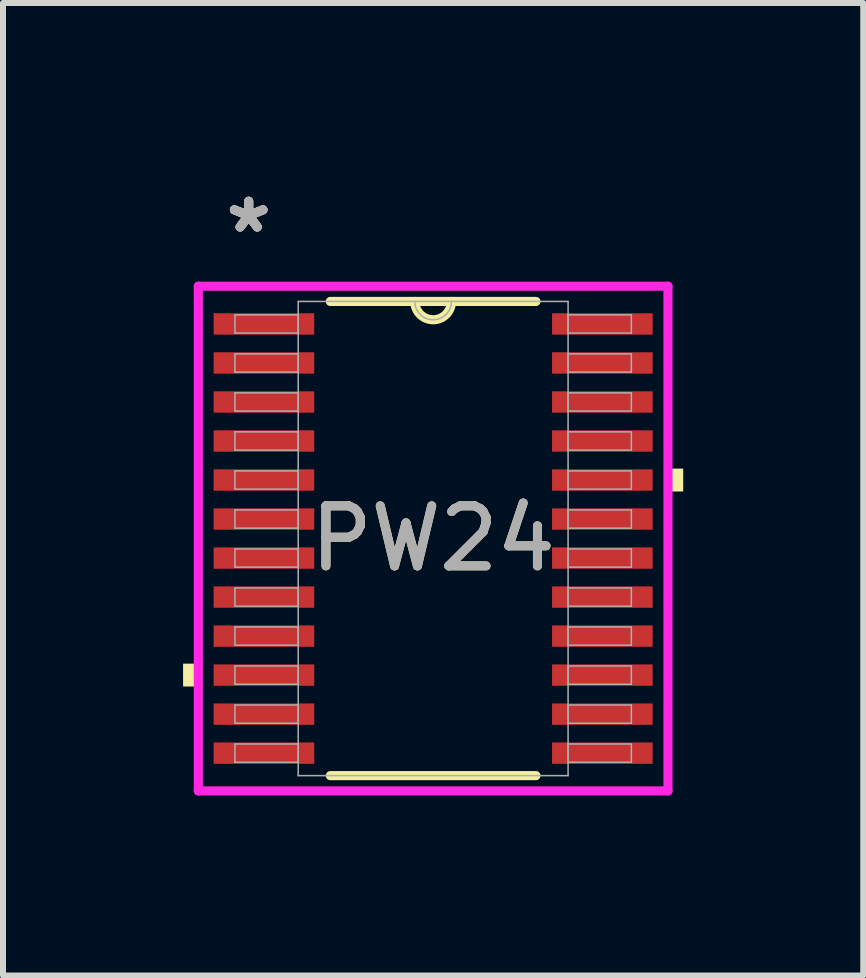
<source format=kicad_pcb>
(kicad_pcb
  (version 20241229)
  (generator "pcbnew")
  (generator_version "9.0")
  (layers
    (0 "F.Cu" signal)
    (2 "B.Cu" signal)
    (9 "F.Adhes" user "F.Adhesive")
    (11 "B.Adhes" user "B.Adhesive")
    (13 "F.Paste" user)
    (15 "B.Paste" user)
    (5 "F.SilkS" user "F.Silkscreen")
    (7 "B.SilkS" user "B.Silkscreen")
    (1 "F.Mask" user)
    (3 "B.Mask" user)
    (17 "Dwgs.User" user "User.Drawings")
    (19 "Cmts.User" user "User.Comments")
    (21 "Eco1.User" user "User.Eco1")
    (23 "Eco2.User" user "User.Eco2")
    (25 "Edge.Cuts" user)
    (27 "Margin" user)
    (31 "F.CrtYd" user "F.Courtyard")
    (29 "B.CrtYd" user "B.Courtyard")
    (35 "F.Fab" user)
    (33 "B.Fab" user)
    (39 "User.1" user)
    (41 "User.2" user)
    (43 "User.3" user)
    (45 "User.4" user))
  (footprint "PW24"
    (layer "F.Cu")
    (at 4.166 5.922)
    (property "Reference" "PW24" (at 0 0 0) (unlocked yes) (layer "F.SilkS") (effects (font (size 1 1) (thickness 0.15))))
    (attr smd)
    (fp_line (start -1.713 3.95) (end 1.713 3.95) (stroke (width 0.152) (type solid)) (layer "F.SilkS"))
    (fp_line (start 1.713 -3.95) (end -1.713 -3.95) (stroke (width 0.152) (type solid)) (layer "F.SilkS"))
    (fp_arc (start 0.3048 -3.9497) (mid 0 -3.6449) (end -0.3048 -3.9497) (stroke (width 0.1524) (type solid)) (layer "F.SilkS"))
    (fp_poly (pts (xy -4.166 2.084) (xy -4.166 2.465) (xy -3.912 2.465) (xy -3.912 2.084)) (stroke (width 0) (type solid)) (fill yes) (layer "F.SilkS"))
    (fp_poly (pts (xy 4.166 -1.165) (xy 4.166 -0.784) (xy 3.912 -0.784) (xy 3.912 -1.165)) (stroke (width 0) (type solid)) (fill yes) (layer "F.SilkS"))
    (fp_line (start -3.912 -4.204) (end 3.912 -4.204) (stroke (width 0.152) (type solid)) (layer "F.CrtYd"))
    (fp_line (start -3.912 4.204) (end -3.912 -4.204) (stroke (width 0.152) (type solid)) (layer "F.CrtYd"))
    (fp_line (start 3.912 -4.204) (end 3.912 4.204) (stroke (width 0.152) (type solid)) (layer "F.CrtYd"))
    (fp_line (start 3.912 4.204) (end -3.912 4.204) (stroke (width 0.152) (type solid)) (layer "F.CrtYd"))
    (fp_line (start -3.302 -3.727) (end -3.302 -3.423) (stroke (width 0.025) (type solid)) (layer "F.Fab"))
    (fp_line (start -3.302 -3.423) (end -2.248 -3.423) (stroke (width 0.025) (type solid)) (layer "F.Fab"))
    (fp_line (start -3.302 -3.077) (end -3.302 -2.773) (stroke (width 0.025) (type solid)) (layer "F.Fab"))
    (fp_line (start -3.302 -2.773) (end -2.248 -2.773) (stroke (width 0.025) (type solid)) (layer "F.Fab"))
    (fp_line (start -3.302 -2.427) (end -3.302 -2.123) (stroke (width 0.025) (type solid)) (layer "F.Fab"))
    (fp_line (start -3.302 -2.123) (end -2.248 -2.123) (stroke (width 0.025) (type solid)) (layer "F.Fab"))
    (fp_line (start -3.302 -1.777) (end -3.302 -1.473) (stroke (width 0.025) (type solid)) (layer "F.Fab"))
    (fp_line (start -3.302 -1.473) (end -2.248 -1.473) (stroke (width 0.025) (type solid)) (layer "F.Fab"))
    (fp_line (start -3.302 -1.127) (end -3.302 -0.823) (stroke (width 0.025) (type solid)) (layer "F.Fab"))
    (fp_line (start -3.302 -0.823) (end -2.248 -0.823) (stroke (width 0.025) (type solid)) (layer "F.Fab"))
    (fp_line (start -3.302 -0.477) (end -3.302 -0.173) (stroke (width 0.025) (type solid)) (layer "F.Fab"))
    (fp_line (start -3.302 -0.173) (end -2.248 -0.173) (stroke (width 0.025) (type solid)) (layer "F.Fab"))
    (fp_line (start -3.302 0.173) (end -3.302 0.477) (stroke (width 0.025) (type solid)) (layer "F.Fab"))
    (fp_line (start -3.302 0.477) (end -2.248 0.477) (stroke (width 0.025) (type solid)) (layer "F.Fab"))
    (fp_line (start -3.302 0.823) (end -3.302 1.127) (stroke (width 0.025) (type solid)) (layer "F.Fab"))
    (fp_line (start -3.302 1.127) (end -2.248 1.127) (stroke (width 0.025) (type solid)) (layer "F.Fab"))
    (fp_line (start -3.302 1.473) (end -3.302 1.777) (stroke (width 0.025) (type solid)) (layer "F.Fab"))
    (fp_line (start -3.302 1.777) (end -2.248 1.777) (stroke (width 0.025) (type solid)) (layer "F.Fab"))
    (fp_line (start -3.302 2.123) (end -3.302 2.427) (stroke (width 0.025) (type solid)) (layer "F.Fab"))
    (fp_line (start -3.302 2.427) (end -2.248 2.427) (stroke (width 0.025) (type solid)) (layer "F.Fab"))
    (fp_line (start -3.302 2.773) (end -3.302 3.077) (stroke (width 0.025) (type solid)) (layer "F.Fab"))
    (fp_line (start -3.302 3.077) (end -2.248 3.077) (stroke (width 0.025) (type solid)) (layer "F.Fab"))
    (fp_line (start -3.302 3.423) (end -3.302 3.727) (stroke (width 0.025) (type solid)) (layer "F.Fab"))
    (fp_line (start -3.302 3.727) (end -2.248 3.727) (stroke (width 0.025) (type solid)) (layer "F.Fab"))
    (fp_line (start -2.248 -3.95) (end -2.248 3.95) (stroke (width 0.025) (type solid)) (layer "F.Fab"))
    (fp_line (start -2.248 -3.727) (end -3.302 -3.727) (stroke (width 0.025) (type solid)) (layer "F.Fab"))
    (fp_line (start -2.248 -3.423) (end -2.248 -3.727) (stroke (width 0.025) (type solid)) (layer "F.Fab"))
    (fp_line (start -2.248 -3.077) (end -3.302 -3.077) (stroke (width 0.025) (type solid)) (layer "F.Fab"))
    (fp_line (start -2.248 -2.773) (end -2.248 -3.077) (stroke (width 0.025) (type solid)) (layer "F.Fab"))
    (fp_line (start -2.248 -2.427) (end -3.302 -2.427) (stroke (width 0.025) (type solid)) (layer "F.Fab"))
    (fp_line (start -2.248 -2.123) (end -2.248 -2.427) (stroke (width 0.025) (type solid)) (layer "F.Fab"))
    (fp_line (start -2.248 -1.777) (end -3.302 -1.777) (stroke (width 0.025) (type solid)) (layer "F.Fab"))
    (fp_line (start -2.248 -1.473) (end -2.248 -1.777) (stroke (width 0.025) (type solid)) (layer "F.Fab"))
    (fp_line (start -2.248 -1.127) (end -3.302 -1.127) (stroke (width 0.025) (type solid)) (layer "F.Fab"))
    (fp_line (start -2.248 -0.823) (end -2.248 -1.127) (stroke (width 0.025) (type solid)) (layer "F.Fab"))
    (fp_line (start -2.248 -0.477) (end -3.302 -0.477) (stroke (width 0.025) (type solid)) (layer "F.Fab"))
    (fp_line (start -2.248 -0.173) (end -2.248 -0.477) (stroke (width 0.025) (type solid)) (layer "F.Fab"))
    (fp_line (start -2.248 0.173) (end -3.302 0.173) (stroke (width 0.025) (type solid)) (layer "F.Fab"))
    (fp_line (start -2.248 0.477) (end -2.248 0.173) (stroke (width 0.025) (type solid)) (layer "F.Fab"))
    (fp_line (start -2.248 0.823) (end -3.302 0.823) (stroke (width 0.025) (type solid)) (layer "F.Fab"))
    (fp_line (start -2.248 1.127) (end -2.248 0.823) (stroke (width 0.025) (type solid)) (layer "F.Fab"))
    (fp_line (start -2.248 1.473) (end -3.302 1.473) (stroke (width 0.025) (type solid)) (layer "F.Fab"))
    (fp_line (start -2.248 1.777) (end -2.248 1.473) (stroke (width 0.025) (type solid)) (layer "F.Fab"))
    (fp_line (start -2.248 2.123) (end -3.302 2.123) (stroke (width 0.025) (type solid)) (layer "F.Fab"))
    (fp_line (start -2.248 2.427) (end -2.248 2.123) (stroke (width 0.025) (type solid)) (layer "F.Fab"))
    (fp_line (start -2.248 2.773) (end -3.302 2.773) (stroke (width 0.025) (type solid)) (layer "F.Fab"))
    (fp_line (start -2.248 3.077) (end -2.248 2.773) (stroke (width 0.025) (type solid)) (layer "F.Fab"))
    (fp_line (start -2.248 3.423) (end -3.302 3.423) (stroke (width 0.025) (type solid)) (layer "F.Fab"))
    (fp_line (start -2.248 3.727) (end -2.248 3.423) (stroke (width 0.025) (type solid)) (layer "F.Fab"))
    (fp_line (start -2.248 3.95) (end 2.248 3.95) (stroke (width 0.025) (type solid)) (layer "F.Fab"))
    (fp_line (start 2.248 -3.95) (end -2.248 -3.95) (stroke (width 0.025) (type solid)) (layer "F.Fab"))
    (fp_line (start 2.248 -3.727) (end 2.248 -3.423) (stroke (width 0.025) (type solid)) (layer "F.Fab"))
    (fp_line (start 2.248 -3.423) (end 3.302 -3.423) (stroke (width 0.025) (type solid)) (layer "F.Fab"))
    (fp_line (start 2.248 -3.077) (end 2.248 -2.773) (stroke (width 0.025) (type solid)) (layer "F.Fab"))
    (fp_line (start 2.248 -2.773) (end 3.302 -2.773) (stroke (width 0.025) (type solid)) (layer "F.Fab"))
    (fp_line (start 2.248 -2.427) (end 2.248 -2.123) (stroke (width 0.025) (type solid)) (layer "F.Fab"))
    (fp_line (start 2.248 -2.123) (end 3.302 -2.123) (stroke (width 0.025) (type solid)) (layer "F.Fab"))
    (fp_line (start 2.248 -1.777) (end 2.248 -1.473) (stroke (width 0.025) (type solid)) (layer "F.Fab"))
    (fp_line (start 2.248 -1.473) (end 3.302 -1.473) (stroke (width 0.025) (type solid)) (layer "F.Fab"))
    (fp_line (start 2.248 -1.127) (end 2.248 -0.823) (stroke (width 0.025) (type solid)) (layer "F.Fab"))
    (fp_line (start 2.248 -0.823) (end 3.302 -0.823) (stroke (width 0.025) (type solid)) (layer "F.Fab"))
    (fp_line (start 2.248 -0.477) (end 2.248 -0.173) (stroke (width 0.025) (type solid)) (layer "F.Fab"))
    (fp_line (start 2.248 -0.173) (end 3.302 -0.173) (stroke (width 0.025) (type solid)) (layer "F.Fab"))
    (fp_line (start 2.248 0.173) (end 2.248 0.477) (stroke (width 0.025) (type solid)) (layer "F.Fab"))
    (fp_line (start 2.248 0.477) (end 3.302 0.477) (stroke (width 0.025) (type solid)) (layer "F.Fab"))
    (fp_line (start 2.248 0.823) (end 2.248 1.127) (stroke (width 0.025) (type solid)) (layer "F.Fab"))
    (fp_line (start 2.248 1.127) (end 3.302 1.127) (stroke (width 0.025) (type solid)) (layer "F.Fab"))
    (fp_line (start 2.248 1.473) (end 2.248 1.777) (stroke (width 0.025) (type solid)) (layer "F.Fab"))
    (fp_line (start 2.248 1.777) (end 3.302 1.777) (stroke (width 0.025) (type solid)) (layer "F.Fab"))
    (fp_line (start 2.248 2.123) (end 2.248 2.427) (stroke (width 0.025) (type solid)) (layer "F.Fab"))
    (fp_line (start 2.248 2.427) (end 3.302 2.427) (stroke (width 0.025) (type solid)) (layer "F.Fab"))
    (fp_line (start 2.248 2.773) (end 2.248 3.077) (stroke (width 0.025) (type solid)) (layer "F.Fab"))
    (fp_line (start 2.248 3.077) (end 3.302 3.077) (stroke (width 0.025) (type solid)) (layer "F.Fab"))
    (fp_line (start 2.248 3.423) (end 2.248 3.727) (stroke (width 0.025) (type solid)) (layer "F.Fab"))
    (fp_line (start 2.248 3.727) (end 3.302 3.727) (stroke (width 0.025) (type solid)) (layer "F.Fab"))
    (fp_line (start 2.248 3.95) (end 2.248 -3.95) (stroke (width 0.025) (type solid)) (layer "F.Fab"))
    (fp_line (start 3.302 -3.727) (end 2.248 -3.727) (stroke (width 0.025) (type solid)) (layer "F.Fab"))
    (fp_line (start 3.302 -3.423) (end 3.302 -3.727) (stroke (width 0.025) (type solid)) (layer "F.Fab"))
    (fp_line (start 3.302 -3.077) (end 2.248 -3.077) (stroke (width 0.025) (type solid)) (layer "F.Fab"))
    (fp_line (start 3.302 -2.773) (end 3.302 -3.077) (stroke (width 0.025) (type solid)) (layer "F.Fab"))
    (fp_line (start 3.302 -2.427) (end 2.248 -2.427) (stroke (width 0.025) (type solid)) (layer "F.Fab"))
    (fp_line (start 3.302 -2.123) (end 3.302 -2.427) (stroke (width 0.025) (type solid)) (layer "F.Fab"))
    (fp_line (start 3.302 -1.777) (end 2.248 -1.777) (stroke (width 0.025) (type solid)) (layer "F.Fab"))
    (fp_line (start 3.302 -1.473) (end 3.302 -1.777) (stroke (width 0.025) (type solid)) (layer "F.Fab"))
    (fp_line (start 3.302 -1.127) (end 2.248 -1.127) (stroke (width 0.025) (type solid)) (layer "F.Fab"))
    (fp_line (start 3.302 -0.823) (end 3.302 -1.127) (stroke (width 0.025) (type solid)) (layer "F.Fab"))
    (fp_line (start 3.302 -0.477) (end 2.248 -0.477) (stroke (width 0.025) (type solid)) (layer "F.Fab"))
    (fp_line (start 3.302 -0.173) (end 3.302 -0.477) (stroke (width 0.025) (type solid)) (layer "F.Fab"))
    (fp_line (start 3.302 0.173) (end 2.248 0.173) (stroke (width 0.025) (type solid)) (layer "F.Fab"))
    (fp_line (start 3.302 0.477) (end 3.302 0.173) (stroke (width 0.025) (type solid)) (layer "F.Fab"))
    (fp_line (start 3.302 0.823) (end 2.248 0.823) (stroke (width 0.025) (type solid)) (layer "F.Fab"))
    (fp_line (start 3.302 1.127) (end 3.302 0.823) (stroke (width 0.025) (type solid)) (layer "F.Fab"))
    (fp_line (start 3.302 1.473) (end 2.248 1.473) (stroke (width 0.025) (type solid)) (layer "F.Fab"))
    (fp_line (start 3.302 1.777) (end 3.302 1.473) (stroke (width 0.025) (type solid)) (layer "F.Fab"))
    (fp_line (start 3.302 2.123) (end 2.248 2.123) (stroke (width 0.025) (type solid)) (layer "F.Fab"))
    (fp_line (start 3.302 2.427) (end 3.302 2.123) (stroke (width 0.025) (type solid)) (layer "F.Fab"))
    (fp_line (start 3.302 2.773) (end 2.248 2.773) (stroke (width 0.025) (type solid)) (layer "F.Fab"))
    (fp_line (start 3.302 3.077) (end 3.302 2.773) (stroke (width 0.025) (type solid)) (layer "F.Fab"))
    (fp_line (start 3.302 3.423) (end 2.248 3.423) (stroke (width 0.025) (type solid)) (layer "F.Fab"))
    (fp_line (start 3.302 3.727) (end 3.302 3.423) (stroke (width 0.025) (type solid)) (layer "F.Fab"))
    (fp_arc (start 0.3048 -3.9497) (mid 0 -3.6449) (end -0.3048 -3.9497) (stroke (width 0.0254) (type solid)) (layer "F.Fab"))
    (fp_text user "*" (at -3.073 -5.074 0) (unlocked yes) (layer "F.SilkS") (effects (font (size 1 1) (thickness 0.15))))
    (fp_text user "*" (at -3.073 -5.074 0) (layer "F.SilkS") (effects (font (size 1 1) (thickness 0.15))))
    (fp_text user "*" (at -3.073 -5.074 0) (unlocked yes) (layer "F.Fab") (effects (font (size 1 1) (thickness 0.15))))
    (fp_text user "${REFERENCE}" (at 0 0 0) (unlocked yes) (layer "F.Fab") (effects (font (size 1 1) (thickness 0.15))))
    (fp_text user "*" (at -3.073 -5.074 0) (layer "F.Fab") (effects (font (size 1 1) (thickness 0.15))))
    (pad "1" smd rect (at -2.819 -3.575) (size 1.676 0.356) (layers "F.Cu" "F.Mask" "F.Paste"))
    (pad "2" smd rect (at -2.819 -2.925) (size 1.676 0.356) (layers "F.Cu" "F.Mask" "F.Paste"))
    (pad "3" smd rect (at -2.819 -2.275) (size 1.676 0.356) (layers "F.Cu" "F.Mask" "F.Paste"))
    (pad "4" smd rect (at -2.819 -1.625) (size 1.676 0.356) (layers "F.Cu" "F.Mask" "F.Paste"))
    (pad "5" smd rect (at -2.819 -0.975) (size 1.676 0.356) (layers "F.Cu" "F.Mask" "F.Paste"))
    (pad "6" smd rect (at -2.819 -0.325) (size 1.676 0.356) (layers "F.Cu" "F.Mask" "F.Paste"))
    (pad "7" smd rect (at -2.819 0.325) (size 1.676 0.356) (layers "F.Cu" "F.Mask" "F.Paste"))
    (pad "8" smd rect (at -2.819 0.975) (size 1.676 0.356) (layers "F.Cu" "F.Mask" "F.Paste"))
    (pad "9" smd rect (at -2.819 1.625) (size 1.676 0.356) (layers "F.Cu" "F.Mask" "F.Paste"))
    (pad "10" smd rect (at -2.819 2.275) (size 1.676 0.356) (layers "F.Cu" "F.Mask" "F.Paste"))
    (pad "11" smd rect (at -2.819 2.925) (size 1.676 0.356) (layers "F.Cu" "F.Mask" "F.Paste"))
    (pad "12" smd rect (at -2.819 3.575) (size 1.676 0.356) (layers "F.Cu" "F.Mask" "F.Paste"))
    (pad "13" smd rect (at 2.819 3.575) (size 1.676 0.356) (layers "F.Cu" "F.Mask" "F.Paste"))
    (pad "14" smd rect (at 2.819 2.925) (size 1.676 0.356) (layers "F.Cu" "F.Mask" "F.Paste"))
    (pad "15" smd rect (at 2.819 2.275) (size 1.676 0.356) (layers "F.Cu" "F.Mask" "F.Paste"))
    (pad "16" smd rect (at 2.819 1.625) (size 1.676 0.356) (layers "F.Cu" "F.Mask" "F.Paste"))
    (pad "17" smd rect (at 2.819 0.975) (size 1.676 0.356) (layers "F.Cu" "F.Mask" "F.Paste"))
    (pad "18" smd rect (at 2.819 0.325) (size 1.676 0.356) (layers "F.Cu" "F.Mask" "F.Paste"))
    (pad "19" smd rect (at 2.819 -0.325) (size 1.676 0.356) (layers "F.Cu" "F.Mask" "F.Paste"))
    (pad "20" smd rect (at 2.819 -0.975) (size 1.676 0.356) (layers "F.Cu" "F.Mask" "F.Paste"))
    (pad "21" smd rect (at 2.819 -1.625) (size 1.676 0.356) (layers "F.Cu" "F.Mask" "F.Paste"))
    (pad "22" smd rect (at 2.819 -2.275) (size 1.676 0.356) (layers "F.Cu" "F.Mask" "F.Paste"))
    (pad "23" smd rect (at 2.819 -2.925) (size 1.676 0.356) (layers "F.Cu" "F.Mask" "F.Paste"))
    (pad "24" smd rect (at 2.819 -3.575) (size 1.676 0.356) (layers "F.Cu" "F.Mask" "F.Paste")))
  (gr_rect
    (start -3 -3)
    (end 11.331 13.202)
    (stroke (width 0.1) (type default))
    (fill no)
    (layer "Edge.Cuts")))
</source>
